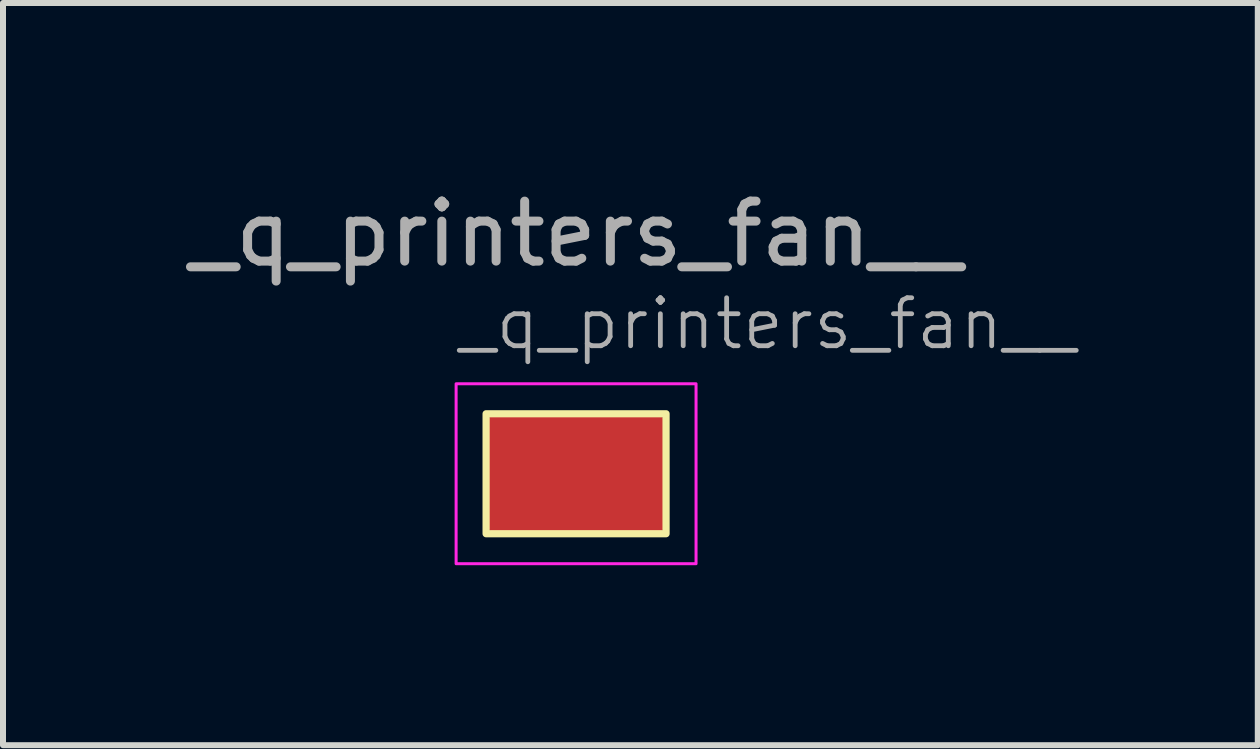
<source format=kicad_pcb>
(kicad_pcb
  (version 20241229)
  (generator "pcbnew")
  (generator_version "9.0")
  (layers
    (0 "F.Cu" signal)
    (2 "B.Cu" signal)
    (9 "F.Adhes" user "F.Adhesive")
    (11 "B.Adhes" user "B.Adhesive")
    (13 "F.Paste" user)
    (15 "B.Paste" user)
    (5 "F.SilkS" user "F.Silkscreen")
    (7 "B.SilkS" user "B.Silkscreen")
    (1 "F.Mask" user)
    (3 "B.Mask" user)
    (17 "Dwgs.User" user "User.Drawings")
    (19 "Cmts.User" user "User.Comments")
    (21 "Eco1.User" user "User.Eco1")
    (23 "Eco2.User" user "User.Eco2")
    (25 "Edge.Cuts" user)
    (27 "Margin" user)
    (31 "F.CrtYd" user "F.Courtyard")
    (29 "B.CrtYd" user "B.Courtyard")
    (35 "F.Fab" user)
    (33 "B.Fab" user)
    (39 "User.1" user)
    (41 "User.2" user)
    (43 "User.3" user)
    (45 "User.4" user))
  (footprint "_q_printers_fan__"
    (layer "F.Cu")
    (at 5.054 3.848)
    (property "Reference" "_q_printers_fan__" (at -0.5 -1.5 0) (unlocked yes) (layer "F.Fab") (effects (font (size 0.8 0.8) (thickness 0.08)) (justify left)))
    (attr smd)
    (fp_rect (start 0 0) (end 3 2) (stroke (width 0.12) (type solid)) (fill no) (layer "F.SilkS"))
    (fp_rect (start -0.5 -0.5) (end 3.5 2.5) (stroke (width 0.05) (type solid)) (fill no) (layer "F.CrtYd"))
    (fp_text user "${REFERENCE}" (at 1.5 -3 0) (unlocked yes) (layer "F.Fab") (effects (font (size 1 1) (thickness 0.15))))
    (pad "1" smd roundrect (at 1.5 1) (size 3 2) (layers "F.Cu" "F.Mask" "F.Paste") (roundrect_rratio 0.1)))
  (gr_rect
    (start -3 -3)
    (end 17.919 9.373)
    (stroke (width 0.1) (type default))
    (fill no)
    (layer "Edge.Cuts")))
</source>
